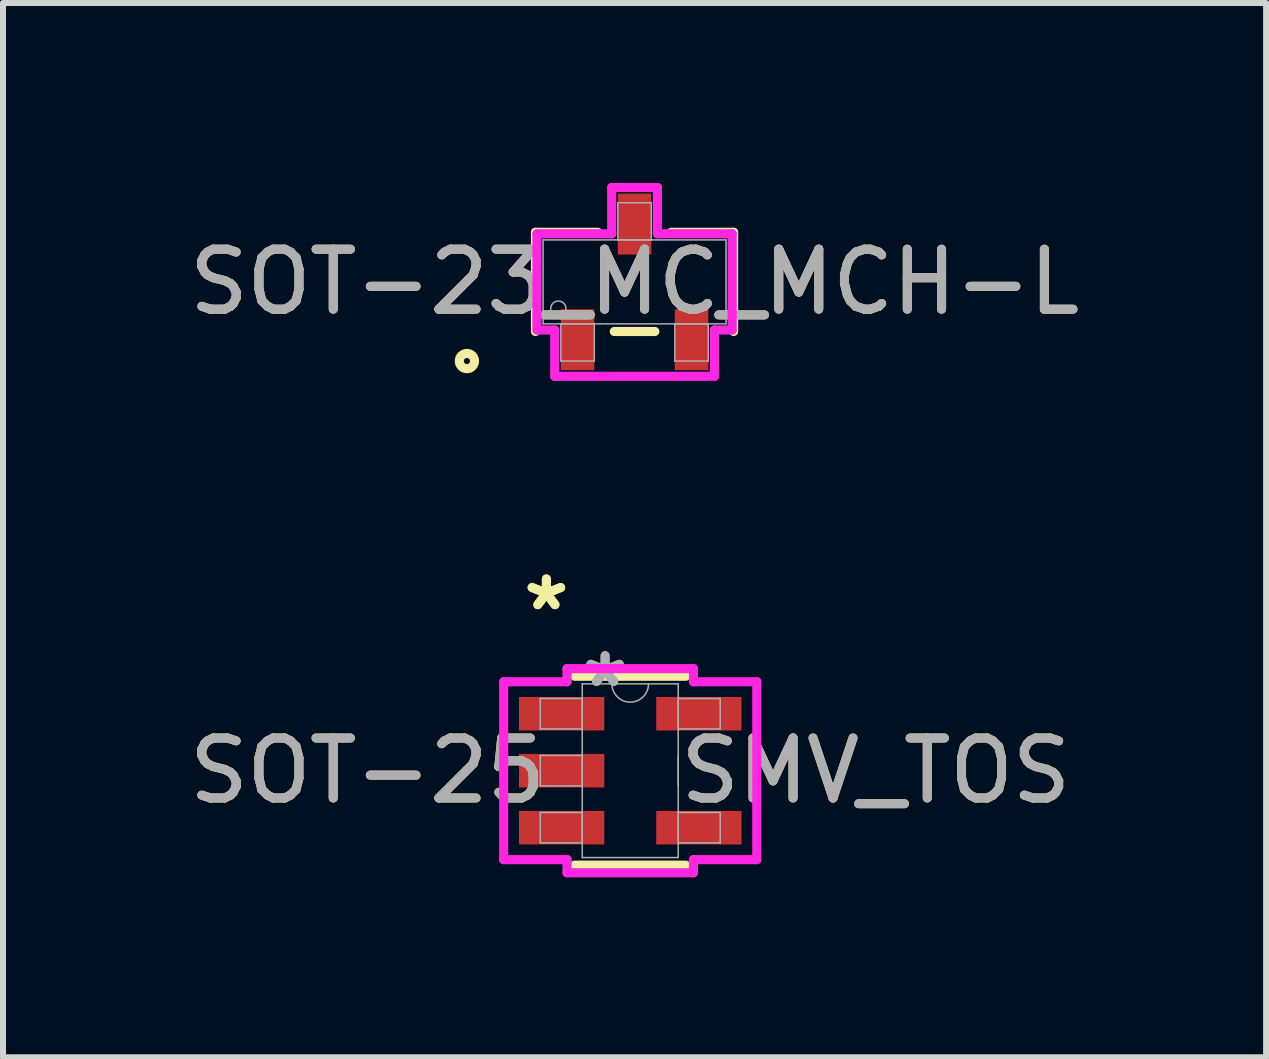
<source format=kicad_pcb>
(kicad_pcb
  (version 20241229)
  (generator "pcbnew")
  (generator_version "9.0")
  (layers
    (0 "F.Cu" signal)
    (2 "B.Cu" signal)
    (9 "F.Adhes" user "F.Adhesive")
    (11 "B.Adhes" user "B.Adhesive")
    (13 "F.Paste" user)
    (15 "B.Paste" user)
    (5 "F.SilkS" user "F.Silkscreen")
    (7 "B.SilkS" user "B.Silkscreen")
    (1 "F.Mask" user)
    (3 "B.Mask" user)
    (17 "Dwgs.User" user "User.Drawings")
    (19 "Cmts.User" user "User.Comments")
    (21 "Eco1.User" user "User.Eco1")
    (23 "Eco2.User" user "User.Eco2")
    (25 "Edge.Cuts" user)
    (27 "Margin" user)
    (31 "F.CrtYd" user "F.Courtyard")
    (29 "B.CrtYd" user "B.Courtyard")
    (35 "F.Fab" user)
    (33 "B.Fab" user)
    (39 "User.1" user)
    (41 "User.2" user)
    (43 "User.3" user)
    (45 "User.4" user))
  (footprint "SOT-25   SMV_TOS"
    (layer "F.Cu")
    (at 7.458 9.8)
    (property "Reference" "SOT-25   SMV_TOS" (at 0 0 0) (unlocked yes) (layer "F.SilkS") (effects (font (size 1 1) (thickness 0.15))))
    (attr smd)
    (fp_line (start -0.927 1.575) (end 0.927 1.575) (stroke (width 0.152) (type solid)) (layer "F.SilkS"))
    (fp_line (start 0.927 -1.575) (end -0.927 -1.575) (stroke (width 0.152) (type solid)) (layer "F.SilkS"))
    (fp_line (start -2.11 -1.483) (end -1.054 -1.483) (stroke (width 0.152) (type solid)) (layer "F.CrtYd"))
    (fp_line (start -2.11 1.483) (end -2.11 -1.483) (stroke (width 0.152) (type solid)) (layer "F.CrtYd"))
    (fp_line (start -2.11 1.483) (end -1.054 1.483) (stroke (width 0.152) (type solid)) (layer "F.CrtYd"))
    (fp_line (start -1.054 -1.702) (end 1.054 -1.702) (stroke (width 0.152) (type solid)) (layer "F.CrtYd"))
    (fp_line (start -1.054 -1.483) (end -1.054 -1.702) (stroke (width 0.152) (type solid)) (layer "F.CrtYd"))
    (fp_line (start -1.054 1.702) (end -1.054 1.483) (stroke (width 0.152) (type solid)) (layer "F.CrtYd"))
    (fp_line (start 1.054 -1.702) (end 1.054 -1.483) (stroke (width 0.152) (type solid)) (layer "F.CrtYd"))
    (fp_line (start 1.054 1.483) (end 1.054 1.702) (stroke (width 0.152) (type solid)) (layer "F.CrtYd"))
    (fp_line (start 1.054 1.702) (end -1.054 1.702) (stroke (width 0.152) (type solid)) (layer "F.CrtYd"))
    (fp_line (start 2.11 -1.483) (end 1.054 -1.483) (stroke (width 0.152) (type solid)) (layer "F.CrtYd"))
    (fp_line (start 2.11 -1.483) (end 2.11 1.483) (stroke (width 0.152) (type solid)) (layer "F.CrtYd"))
    (fp_line (start 2.11 1.483) (end 1.054 1.483) (stroke (width 0.152) (type solid)) (layer "F.CrtYd"))
    (fp_line (start -1.5 -1.204) (end -1.5 -0.696) (stroke (width 0.025) (type solid)) (layer "F.Fab"))
    (fp_line (start -1.5 -0.696) (end -0.8 -0.696) (stroke (width 0.025) (type solid)) (layer "F.Fab"))
    (fp_line (start -1.5 -0.254) (end -1.5 0.254) (stroke (width 0.025) (type solid)) (layer "F.Fab"))
    (fp_line (start -1.5 0.254) (end -0.8 0.254) (stroke (width 0.025) (type solid)) (layer "F.Fab"))
    (fp_line (start -1.5 0.696) (end -1.5 1.204) (stroke (width 0.025) (type solid)) (layer "F.Fab"))
    (fp_line (start -1.5 1.204) (end -0.8 1.204) (stroke (width 0.025) (type solid)) (layer "F.Fab"))
    (fp_line (start -0.8 -1.448) (end -0.8 1.448) (stroke (width 0.025) (type solid)) (layer "F.Fab"))
    (fp_line (start -0.8 -1.204) (end -1.5 -1.204) (stroke (width 0.025) (type solid)) (layer "F.Fab"))
    (fp_line (start -0.8 -0.696) (end -0.8 -1.204) (stroke (width 0.025) (type solid)) (layer "F.Fab"))
    (fp_line (start -0.8 -0.254) (end -1.5 -0.254) (stroke (width 0.025) (type solid)) (layer "F.Fab"))
    (fp_line (start -0.8 0.254) (end -0.8 -0.254) (stroke (width 0.025) (type solid)) (layer "F.Fab"))
    (fp_line (start -0.8 0.696) (end -1.5 0.696) (stroke (width 0.025) (type solid)) (layer "F.Fab"))
    (fp_line (start -0.8 1.204) (end -0.8 0.696) (stroke (width 0.025) (type solid)) (layer "F.Fab"))
    (fp_line (start -0.8 1.448) (end 0.8 1.448) (stroke (width 0.025) (type solid)) (layer "F.Fab"))
    (fp_line (start 0.8 -1.448) (end -0.8 -1.448) (stroke (width 0.025) (type solid)) (layer "F.Fab"))
    (fp_line (start 0.8 -1.204) (end 0.8 -0.696) (stroke (width 0.025) (type solid)) (layer "F.Fab"))
    (fp_line (start 0.8 -0.696) (end 1.5 -0.696) (stroke (width 0.025) (type solid)) (layer "F.Fab"))
    (fp_line (start 0.8 -0.254) (end 0.8 0.254) (stroke (width 0.025) (type solid)) (layer "F.Fab"))
    (fp_line (start 0.8 0.696) (end 0.8 1.204) (stroke (width 0.025) (type solid)) (layer "F.Fab"))
    (fp_line (start 0.8 1.204) (end 1.5 1.204) (stroke (width 0.025) (type solid)) (layer "F.Fab"))
    (fp_line (start 0.8 1.448) (end 0.8 -1.448) (stroke (width 0.025) (type solid)) (layer "F.Fab"))
    (fp_line (start 1.5 -1.204) (end 0.8 -1.204) (stroke (width 0.025) (type solid)) (layer "F.Fab"))
    (fp_line (start 1.5 -0.696) (end 1.5 -1.204) (stroke (width 0.025) (type solid)) (layer "F.Fab"))
    (fp_line (start 1.5 0.696) (end 0.8 0.696) (stroke (width 0.025) (type solid)) (layer "F.Fab"))
    (fp_line (start 1.5 1.204) (end 1.5 0.696) (stroke (width 0.025) (type solid)) (layer "F.Fab"))
    (fp_arc (start 0.3048 -1.4478) (mid 0 -1.143) (end -0.3048 -1.4478) (stroke (width 0.0254) (type solid)) (layer "F.Fab"))
    (fp_text user "*" (at -1.398 -2.652 0) (unlocked yes) (layer "F.SilkS") (effects (font (size 1 1) (thickness 0.15))))
    (fp_text user "*" (at -1.398 -2.652 0) (layer "F.SilkS") (effects (font (size 1 1) (thickness 0.15))))
    (fp_text user "${REFERENCE}" (at 0 0 0) (unlocked yes) (layer "F.Fab") (effects (font (size 1 1) (thickness 0.15))))
    (fp_text user "*" (at -0.419 -1.372 0) (unlocked yes) (layer "F.Fab") (effects (font (size 1 1) (thickness 0.15))))
    (fp_text user "*" (at -0.419 -1.372 0) (layer "F.Fab") (effects (font (size 1 1) (thickness 0.15))))
    (pad "1" smd rect (at -1.144 -0.95) (size 1.422 0.559) (layers "F.Cu" "F.Mask" "F.Paste"))
    (pad "2" smd rect (at -1.144 0) (size 1.422 0.559) (layers "F.Cu" "F.Mask" "F.Paste"))
    (pad "3" smd rect (at -1.144 0.95) (size 1.422 0.559) (layers "F.Cu" "F.Mask" "F.Paste"))
    (pad "4" smd rect (at 1.144 0.95) (size 1.422 0.559) (layers "F.Cu" "F.Mask" "F.Paste"))
    (pad "5" smd rect (at 1.144 -0.95) (size 1.422 0.559) (layers "F.Cu" "F.Mask" "F.Paste")))
  (footprint "SOT-23_MC_MCH-L"
    (layer "F.Cu")
    (at 7.53 1.65)
    (property "Reference" "SOT-23_MC_MCH-L" (at 0 0 0) (unlocked yes) (layer "F.SilkS") (effects (font (size 1 1) (thickness 0.15))))
    (attr smd)
    (fp_line (start -1.652 -0.827) (end -1.652 0.827) (stroke (width 0.152) (type solid)) (layer "F.SilkS"))
    (fp_line (start -0.612 -0.827) (end -1.652 -0.827) (stroke (width 0.152) (type solid)) (layer "F.SilkS"))
    (fp_line (start -0.338 0.827) (end 0.338 0.827) (stroke (width 0.152) (type solid)) (layer "F.SilkS"))
    (fp_line (start 1.652 -0.827) (end 0.612 -0.827) (stroke (width 0.152) (type solid)) (layer "F.SilkS"))
    (fp_line (start 1.652 0.827) (end 1.652 -0.827) (stroke (width 0.152) (type solid)) (layer "F.SilkS"))
    (fp_circle (center -2.795 1.32) (end -2.668 1.32) (stroke (width 0.152) (type solid)) (fill no) (layer "F.SilkS"))
    (fp_line (start -1.627 -0.802) (end -0.381 -0.802) (stroke (width 0.152) (type solid)) (layer "F.CrtYd"))
    (fp_line (start -1.627 0.802) (end -1.627 -0.802) (stroke (width 0.152) (type solid)) (layer "F.CrtYd"))
    (fp_line (start -1.627 0.802) (end -1.331 0.802) (stroke (width 0.152) (type solid)) (layer "F.CrtYd"))
    (fp_line (start -1.331 0.802) (end -1.331 1.574) (stroke (width 0.152) (type solid)) (layer "F.CrtYd"))
    (fp_line (start -1.331 1.574) (end 1.331 1.574) (stroke (width 0.152) (type solid)) (layer "F.CrtYd"))
    (fp_line (start -0.381 -1.574) (end 0.381 -1.574) (stroke (width 0.152) (type solid)) (layer "F.CrtYd"))
    (fp_line (start -0.381 -0.802) (end -0.381 -1.574) (stroke (width 0.152) (type solid)) (layer "F.CrtYd"))
    (fp_line (start 0.381 -0.802) (end 0.381 -1.574) (stroke (width 0.152) (type solid)) (layer "F.CrtYd"))
    (fp_line (start 1.331 0.802) (end 1.331 1.574) (stroke (width 0.152) (type solid)) (layer "F.CrtYd"))
    (fp_line (start 1.627 -0.802) (end 0.381 -0.802) (stroke (width 0.152) (type solid)) (layer "F.CrtYd"))
    (fp_line (start 1.627 -0.802) (end 1.627 0.802) (stroke (width 0.152) (type solid)) (layer "F.CrtYd"))
    (fp_line (start 1.627 0.802) (end 1.331 0.802) (stroke (width 0.152) (type solid)) (layer "F.CrtYd"))
    (fp_line (start -1.525 -0.7) (end -1.525 0.7) (stroke (width 0.025) (type solid)) (layer "F.Fab"))
    (fp_line (start -1.525 0.7) (end 1.525 0.7) (stroke (width 0.025) (type solid)) (layer "F.Fab"))
    (fp_line (start -1.229 0.7) (end -1.229 1.32) (stroke (width 0.025) (type solid)) (layer "F.Fab"))
    (fp_line (start -1.229 1.32) (end -0.671 1.32) (stroke (width 0.025) (type solid)) (layer "F.Fab"))
    (fp_line (start -0.671 0.7) (end -1.229 0.7) (stroke (width 0.025) (type solid)) (layer "F.Fab"))
    (fp_line (start -0.671 1.32) (end -0.671 0.7) (stroke (width 0.025) (type solid)) (layer "F.Fab"))
    (fp_line (start -0.279 -1.32) (end -0.279 -0.7) (stroke (width 0.025) (type solid)) (layer "F.Fab"))
    (fp_line (start -0.279 -0.7) (end 0.279 -0.7) (stroke (width 0.025) (type solid)) (layer "F.Fab"))
    (fp_line (start 0.279 -1.32) (end -0.279 -1.32) (stroke (width 0.025) (type solid)) (layer "F.Fab"))
    (fp_line (start 0.279 -0.7) (end 0.279 -1.32) (stroke (width 0.025) (type solid)) (layer "F.Fab"))
    (fp_line (start 0.671 0.7) (end 0.671 1.32) (stroke (width 0.025) (type solid)) (layer "F.Fab"))
    (fp_line (start 0.671 1.32) (end 1.229 1.32) (stroke (width 0.025) (type solid)) (layer "F.Fab"))
    (fp_line (start 1.229 0.7) (end 0.671 0.7) (stroke (width 0.025) (type solid)) (layer "F.Fab"))
    (fp_line (start 1.229 1.32) (end 1.229 0.7) (stroke (width 0.025) (type solid)) (layer "F.Fab"))
    (fp_line (start 1.525 -0.7) (end -1.525 -0.7) (stroke (width 0.025) (type solid)) (layer "F.Fab"))
    (fp_line (start 1.525 0.7) (end 1.525 -0.7) (stroke (width 0.025) (type solid)) (layer "F.Fab"))
    (fp_circle (center -1.271 0.446) (end -1.144 0.446) (stroke (width 0.025) (type solid)) (fill no) (layer "F.Fab"))
    (fp_text user "${REFERENCE}" (at 0 0 0) (unlocked yes) (layer "F.Fab") (effects (font (size 1 1) (thickness 0.15))))
    (pad "1" smd rect (at -0.95 0.964) (size 0.559 1.016) (layers "F.Cu" "F.Mask" "F.Paste"))
    (pad "2" smd rect (at 0.95 0.964) (size 0.559 1.016) (layers "F.Cu" "F.Mask" "F.Paste"))
    (pad "3" smd rect (at 0 -0.964) (size 0.559 1.016) (layers "F.Cu" "F.Mask" "F.Paste")))
  (gr_rect
    (start -3 -3)
    (end 18.06 14.578)
    (stroke (width 0.1) (type default))
    (fill no)
    (layer "Edge.Cuts")))
</source>
